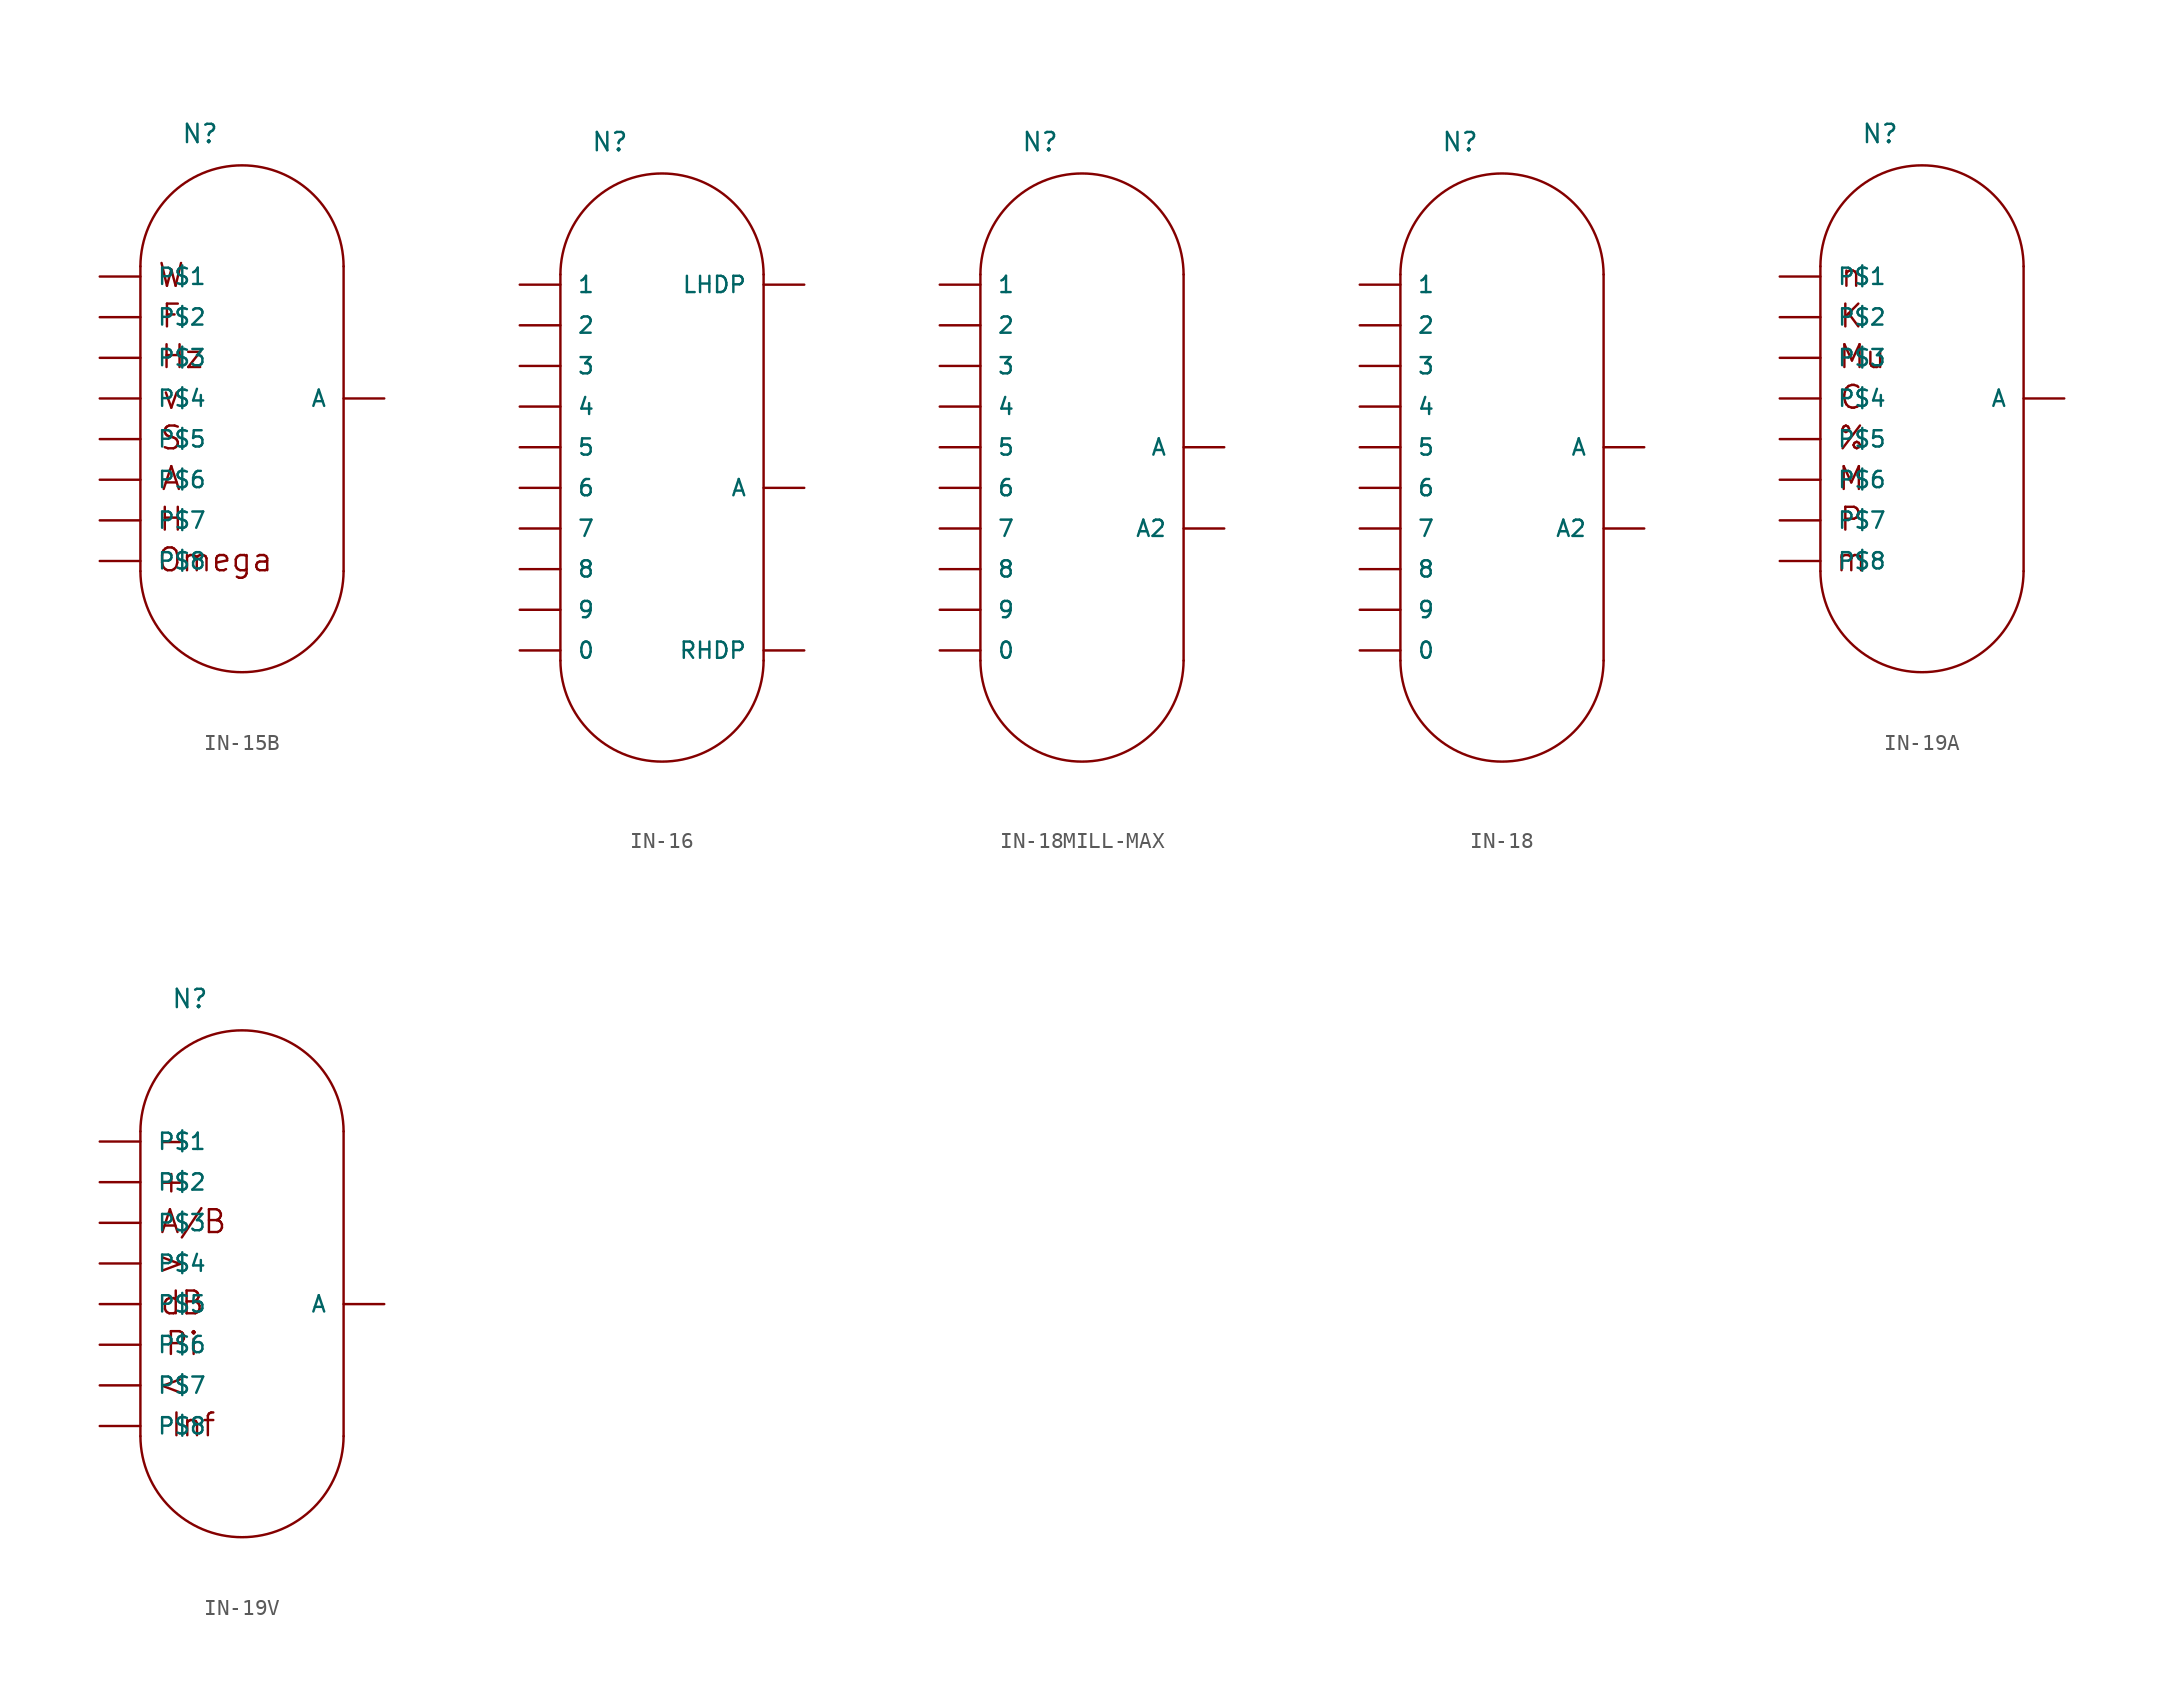
<source format=kicad_sym>
(kicad_symbol_lib
  (version 20220914)
  (generator kicad_symbol_editor)
  (symbol "IN-15B"
    (pin_numbers hide)
    (pin_names
      (offset 1.016))
    (property "Reference" "N"
      (at -2.54 20.955 0)
      (effects (font (size 1.143 1.143)) (justify left bottom)))
    (property "ki_locked" ""
      (at 0 0 0)
      (effects (font (size 1.27 1.27))))
    (symbol "IN-15B_1_0"
      (polyline (pts (xy -5.08 -5.715) (xy -5.08 13.335)) (stroke (width 0) (type solid)) (fill (type none)))
      (polyline (pts (xy 7.62 -5.715) (xy 7.62 13.335)) (stroke (width 0) (type solid)) (fill (type none)))
      (text "A" (at -3.15 0.076 0) (effects (font (size 1.422 1.422))))
      (text "F" (at -3.15 10.236 0) (effects (font (size 1.422 1.422))))
      (text "H" (at -3.15 -2.464 0) (effects (font (size 1.422 1.422))))
      (text "Hz" (at -2.464 7.696 0) (effects (font (size 1.422 1.422))))
      (text "Omega" (at -0.406 -5.004 0) (effects (font (size 1.422 1.422))))
      (text "S" (at -3.15 2.616 0) (effects (font (size 1.422 1.422))))
      (text "v" (at -3.15 5.156 0) (effects (font (size 1.422 1.422))))
      (text "W" (at -3.15 12.776 0) (effects (font (size 1.422 1.422)))))
    (symbol "IN-15B_1_1"
      (arc (start -5.08 -5.715) (mid 1.27 -12.0374) (end 7.62 -5.715) (stroke (width 0) (type solid)) (fill (type none)))
      (arc (start 7.62 13.335) (mid 1.27 19.6574) (end -5.08 13.335) (stroke (width 0) (type solid)) (fill (type none)))
      (pin bidirectional line (at -7.62 12.7 0) (length 2.54) (name "P$1" (effects (font (size 1.016 1.016)))) (number "0" (effects (font (size 1.016 1.016)))))
      (pin bidirectional line (at -7.62 0 0) (length 2.54) (name "P$6" (effects (font (size 1.016 1.016)))) (number "1" (effects (font (size 1.016 1.016)))))
      (pin bidirectional line (at -7.62 -5.08 0) (length 2.54) (name "P$8" (effects (font (size 1.016 1.016)))) (number "2" (effects (font (size 1.016 1.016)))))
      (pin bidirectional line (at -7.62 2.54 0) (length 2.54) (name "P$5" (effects (font (size 1.016 1.016)))) (number "4" (effects (font (size 1.016 1.016)))))
      (pin bidirectional line (at -7.62 5.08 0) (length 2.54) (name "P$4" (effects (font (size 1.016 1.016)))) (number "5" (effects (font (size 1.016 1.016)))))
      (pin bidirectional line (at -7.62 -2.54 0) (length 2.54) (name "P$7" (effects (font (size 1.016 1.016)))) (number "6" (effects (font (size 1.016 1.016)))))
      (pin bidirectional line (at -7.62 7.62 0) (length 2.54) (name "P$3" (effects (font (size 1.016 1.016)))) (number "7" (effects (font (size 1.016 1.016)))))
      (pin bidirectional line (at -7.62 10.16 0) (length 2.54) (name "P$2" (effects (font (size 1.016 1.016)))) (number "9" (effects (font (size 1.016 1.016)))))
      (pin bidirectional line (at 10.16 5.08 180) (length 2.54) (name "A" (effects (font (size 1.016 1.016)))) (number "A" (effects (font (size 1.016 1.016)))))))
  (symbol "IN-16"
    (pin_numbers hide)
    (pin_names
      (offset 1.016))
    (property "Reference" "N"
      (at -3.175 20.955 0)
      (effects (font (size 1.143 1.143)) (justify left bottom)))
    (property "ki_locked" ""
      (at 0 0 0)
      (effects (font (size 1.27 1.27))))
    (symbol "IN-16_1_0"
      (polyline (pts (xy -5.08 -10.795) (xy -5.08 13.335)) (stroke (width 0) (type solid)) (fill (type none)))
      (polyline (pts (xy 7.62 -10.795) (xy 7.62 13.335)) (stroke (width 0) (type solid)) (fill (type none))))
    (symbol "IN-16_1_1"
      (arc (start -5.08 -10.795) (mid 1.27 -17.1174) (end 7.62 -10.795) (stroke (width 0) (type solid)) (fill (type none)))
      (arc (start 7.62 13.335) (mid 1.27 19.6574) (end -5.08 13.335) (stroke (width 0) (type solid)) (fill (type none)))
      (pin bidirectional line (at -7.62 -10.16 0) (length 2.54) (name "0" (effects (font (size 1.016 1.016)))) (number "0" (effects (font (size 1.016 1.016)))))
      (pin bidirectional line (at -7.62 12.7 0) (length 2.54) (name "1" (effects (font (size 1.016 1.016)))) (number "1" (effects (font (size 1.016 1.016)))))
      (pin bidirectional line (at -7.62 10.16 0) (length 2.54) (name "2" (effects (font (size 1.016 1.016)))) (number "2" (effects (font (size 1.016 1.016)))))
      (pin bidirectional line (at -7.62 7.62 0) (length 2.54) (name "3" (effects (font (size 1.016 1.016)))) (number "3" (effects (font (size 1.016 1.016)))))
      (pin bidirectional line (at -7.62 5.08 0) (length 2.54) (name "4" (effects (font (size 1.016 1.016)))) (number "4" (effects (font (size 1.016 1.016)))))
      (pin bidirectional line (at -7.62 2.54 0) (length 2.54) (name "5" (effects (font (size 1.016 1.016)))) (number "5" (effects (font (size 1.016 1.016)))))
      (pin bidirectional line (at -7.62 0 0) (length 2.54) (name "6" (effects (font (size 1.016 1.016)))) (number "6" (effects (font (size 1.016 1.016)))))
      (pin bidirectional line (at -7.62 -2.54 0) (length 2.54) (name "7" (effects (font (size 1.016 1.016)))) (number "7" (effects (font (size 1.016 1.016)))))
      (pin bidirectional line (at -7.62 -5.08 0) (length 2.54) (name "8" (effects (font (size 1.016 1.016)))) (number "8" (effects (font (size 1.016 1.016)))))
      (pin bidirectional line (at -7.62 -7.62 0) (length 2.54) (name "9" (effects (font (size 1.016 1.016)))) (number "9" (effects (font (size 1.016 1.016)))))
      (pin bidirectional line (at 10.16 0 180) (length 2.54) (name "A" (effects (font (size 1.016 1.016)))) (number "A" (effects (font (size 1.016 1.016)))))
      (pin bidirectional line (at 10.16 12.7 180) (length 2.54) (name "LHDP" (effects (font (size 1.016 1.016)))) (number "LHDP" (effects (font (size 1.016 1.016)))))
      (pin bidirectional line (at 10.16 -10.16 180) (length 2.54) (name "RHDP" (effects (font (size 1.016 1.016)))) (number "RHDP" (effects (font (size 1.016 1.016)))))))
  (symbol "IN-18MILL-MAX"
    (pin_numbers hide)
    (pin_names
      (offset 1.016))
    (property "Reference" "N"
      (at -5.08 20.955 0)
      (effects (font (size 1.143 1.143)) (justify left bottom)))
    (property "ki_locked" ""
      (at 0 0 0)
      (effects (font (size 1.27 1.27))))
    (symbol "IN-18MILL-MAX_1_0"
      (polyline (pts (xy -7.62 -10.795) (xy -7.62 13.335)) (stroke (width 0) (type solid)) (fill (type none)))
      (polyline (pts (xy 5.08 -10.795) (xy 5.08 13.335)) (stroke (width 0) (type solid)) (fill (type none))))
    (symbol "IN-18MILL-MAX_1_1"
      (arc (start -7.62 -10.795) (mid -1.27 -17.1174) (end 5.08 -10.795) (stroke (width 0) (type solid)) (fill (type none)))
      (arc (start 5.08 13.335) (mid -1.27 19.6574) (end -7.62 13.335) (stroke (width 0) (type solid)) (fill (type none)))
      (pin bidirectional line (at -10.16 -10.16 0) (length 2.54) (name "0" (effects (font (size 1.016 1.016)))) (number "0" (effects (font (size 1.016 1.016)))))
      (pin bidirectional line (at -10.16 12.7 0) (length 2.54) (name "1" (effects (font (size 1.016 1.016)))) (number "1" (effects (font (size 1.016 1.016)))))
      (pin bidirectional line (at -10.16 10.16 0) (length 2.54) (name "2" (effects (font (size 1.016 1.016)))) (number "2" (effects (font (size 1.016 1.016)))))
      (pin bidirectional line (at -10.16 7.62 0) (length 2.54) (name "3" (effects (font (size 1.016 1.016)))) (number "3" (effects (font (size 1.016 1.016)))))
      (pin bidirectional line (at -10.16 5.08 0) (length 2.54) (name "4" (effects (font (size 1.016 1.016)))) (number "4" (effects (font (size 1.016 1.016)))))
      (pin bidirectional line (at -10.16 2.54 0) (length 2.54) (name "5" (effects (font (size 1.016 1.016)))) (number "5" (effects (font (size 1.016 1.016)))))
      (pin bidirectional line (at -10.16 0 0) (length 2.54) (name "6" (effects (font (size 1.016 1.016)))) (number "6" (effects (font (size 1.016 1.016)))))
      (pin bidirectional line (at -10.16 -2.54 0) (length 2.54) (name "7" (effects (font (size 1.016 1.016)))) (number "7" (effects (font (size 1.016 1.016)))))
      (pin bidirectional line (at -10.16 -5.08 0) (length 2.54) (name "8" (effects (font (size 1.016 1.016)))) (number "8" (effects (font (size 1.016 1.016)))))
      (pin bidirectional line (at -10.16 -7.62 0) (length 2.54) (name "9" (effects (font (size 1.016 1.016)))) (number "9" (effects (font (size 1.016 1.016)))))
      (pin bidirectional line (at 7.62 2.54 180) (length 2.54) (name "A" (effects (font (size 1.016 1.016)))) (number "A" (effects (font (size 1.016 1.016)))))
      (pin bidirectional line (at 7.62 -2.54 180) (length 2.54) (name "A2" (effects (font (size 1.016 1.016)))) (number "A2" (effects (font (size 1.016 1.016)))))))
  (symbol "IN-18"
    (pin_numbers hide)
    (pin_names
      (offset 1.016))
    (property "Reference" "N"
      (at -5.08 20.955 0)
      (effects (font (size 1.143 1.143)) (justify left bottom)))
    (property "ki_locked" ""
      (at 0 0 0)
      (effects (font (size 1.27 1.27))))
    (symbol "IN-18_1_0"
      (polyline (pts (xy -7.62 -10.795) (xy -7.62 13.335)) (stroke (width 0) (type solid)) (fill (type none)))
      (polyline (pts (xy 5.08 -10.795) (xy 5.08 13.335)) (stroke (width 0) (type solid)) (fill (type none))))
    (symbol "IN-18_1_1"
      (arc (start -7.62 -10.795) (mid -1.27 -17.1174) (end 5.08 -10.795) (stroke (width 0) (type solid)) (fill (type none)))
      (arc (start 5.08 13.335) (mid -1.27 19.6574) (end -7.62 13.335) (stroke (width 0) (type solid)) (fill (type none)))
      (pin bidirectional line (at -10.16 -10.16 0) (length 2.54) (name "0" (effects (font (size 1.016 1.016)))) (number "0" (effects (font (size 1.016 1.016)))))
      (pin bidirectional line (at -10.16 12.7 0) (length 2.54) (name "1" (effects (font (size 1.016 1.016)))) (number "1" (effects (font (size 1.016 1.016)))))
      (pin bidirectional line (at -10.16 10.16 0) (length 2.54) (name "2" (effects (font (size 1.016 1.016)))) (number "2" (effects (font (size 1.016 1.016)))))
      (pin bidirectional line (at -10.16 7.62 0) (length 2.54) (name "3" (effects (font (size 1.016 1.016)))) (number "3" (effects (font (size 1.016 1.016)))))
      (pin bidirectional line (at -10.16 5.08 0) (length 2.54) (name "4" (effects (font (size 1.016 1.016)))) (number "4" (effects (font (size 1.016 1.016)))))
      (pin bidirectional line (at -10.16 2.54 0) (length 2.54) (name "5" (effects (font (size 1.016 1.016)))) (number "5" (effects (font (size 1.016 1.016)))))
      (pin bidirectional line (at -10.16 0 0) (length 2.54) (name "6" (effects (font (size 1.016 1.016)))) (number "6" (effects (font (size 1.016 1.016)))))
      (pin bidirectional line (at -10.16 -2.54 0) (length 2.54) (name "7" (effects (font (size 1.016 1.016)))) (number "7" (effects (font (size 1.016 1.016)))))
      (pin bidirectional line (at -10.16 -5.08 0) (length 2.54) (name "8" (effects (font (size 1.016 1.016)))) (number "8" (effects (font (size 1.016 1.016)))))
      (pin bidirectional line (at -10.16 -7.62 0) (length 2.54) (name "9" (effects (font (size 1.016 1.016)))) (number "9" (effects (font (size 1.016 1.016)))))
      (pin bidirectional line (at 7.62 2.54 180) (length 2.54) (name "A" (effects (font (size 1.016 1.016)))) (number "A" (effects (font (size 1.016 1.016)))))
      (pin bidirectional line (at 7.62 -2.54 180) (length 2.54) (name "A2" (effects (font (size 1.016 1.016)))) (number "A2" (effects (font (size 1.016 1.016)))))))
  (symbol "IN-19A"
    (pin_numbers hide)
    (pin_names
      (offset 1.016))
    (property "Reference" "N"
      (at -2.54 20.955 0)
      (effects (font (size 1.143 1.143)) (justify left bottom)))
    (property "ki_locked" ""
      (at 0 0 0)
      (effects (font (size 1.27 1.27))))
    (symbol "IN-19A_1_0"
      (polyline (pts (xy -5.08 -5.715) (xy -5.08 13.335)) (stroke (width 0) (type solid)) (fill (type none)))
      (polyline (pts (xy 7.62 -5.715) (xy 7.62 13.335)) (stroke (width 0) (type solid)) (fill (type none)))
      (text "%" (at -3.15 2.616 0) (effects (font (size 1.422 1.422))))
      (text "C" (at -3.15 5.156 0) (effects (font (size 1.422 1.422))))
      (text "K" (at -3.15 10.236 0) (effects (font (size 1.422 1.422))))
      (text "m" (at -3.15 -5.004 0) (effects (font (size 1.422 1.422))))
      (text "M" (at -3.15 0.076 0) (effects (font (size 1.422 1.422))))
      (text "Mu" (at -2.464 7.696 0) (effects (font (size 1.422 1.422))))
      (text "n" (at -3.15 12.776 0) (effects (font (size 1.422 1.422))))
      (text "P" (at -3.15 -2.464 0) (effects (font (size 1.422 1.422)))))
    (symbol "IN-19A_1_1"
      (arc (start -5.08 -5.715) (mid 1.27 -12.0374) (end 7.62 -5.715) (stroke (width 0) (type solid)) (fill (type none)))
      (arc (start 7.62 13.335) (mid 1.27 19.6574) (end -5.08 13.335) (stroke (width 0) (type solid)) (fill (type none)))
      (pin bidirectional line (at -7.62 10.16 0) (length 2.54) (name "P$2" (effects (font (size 1.016 1.016)))) (number "10" (effects (font (size 1.016 1.016)))))
      (pin bidirectional line (at -7.62 12.7 0) (length 2.54) (name "P$1" (effects (font (size 1.016 1.016)))) (number "11" (effects (font (size 1.016 1.016)))))
      (pin bidirectional line (at -7.62 7.62 0) (length 2.54) (name "P$3" (effects (font (size 1.016 1.016)))) (number "12" (effects (font (size 1.016 1.016)))))
      (pin bidirectional line (at -7.62 5.08 0) (length 2.54) (name "P$4" (effects (font (size 1.016 1.016)))) (number "14" (effects (font (size 1.016 1.016)))))
      (pin bidirectional line (at -7.62 2.54 0) (length 2.54) (name "P$5" (effects (font (size 1.016 1.016)))) (number "2" (effects (font (size 1.016 1.016)))))
      (pin bidirectional line (at -7.62 0 0) (length 2.54) (name "P$6" (effects (font (size 1.016 1.016)))) (number "4" (effects (font (size 1.016 1.016)))))
      (pin bidirectional line (at -7.62 -2.54 0) (length 2.54) (name "P$7" (effects (font (size 1.016 1.016)))) (number "5" (effects (font (size 1.016 1.016)))))
      (pin bidirectional line (at -7.62 -5.08 0) (length 2.54) (name "P$8" (effects (font (size 1.016 1.016)))) (number "6" (effects (font (size 1.016 1.016)))))
      (pin bidirectional line (at 10.16 5.08 180) (length 2.54) (name "A" (effects (font (size 1.016 1.016)))) (number "8" (effects (font (size 1.016 1.016)))))))
  (symbol "IN-19V"
    (pin_numbers hide)
    (pin_names
      (offset 1.016))
    (property "Reference" "N"
      (at -3.175 20.955 0)
      (effects (font (size 1.143 1.143)) (justify left bottom)))
    (property "ki_locked" ""
      (at 0 0 0)
      (effects (font (size 1.27 1.27))))
    (symbol "IN-19V_1_0"
      (polyline (pts (xy -5.08 -5.715) (xy -5.08 13.335)) (stroke (width 0) (type solid)) (fill (type none)))
      (polyline (pts (xy 7.62 -5.715) (xy 7.62 13.335)) (stroke (width 0) (type solid)) (fill (type none)))
      (text "+" (at -3.15 10.236 0) (effects (font (size 1.422 1.422))))
      (text "-" (at -3.15 12.776 0) (effects (font (size 1.422 1.422))))
      (text "<" (at -3.15 -2.464 0) (effects (font (size 1.422 1.422))))
      (text ">" (at -3.15 5.156 0) (effects (font (size 1.422 1.422))))
      (text "A/B" (at -1.778 7.696 0) (effects (font (size 1.422 1.422))))
      (text "dB" (at -2.464 2.616 0) (effects (font (size 1.422 1.422))))
      (text "Inf" (at -1.778 -5.004 0) (effects (font (size 1.422 1.422))))
      (text "Pi" (at -2.464 0.076 0) (effects (font (size 1.422 1.422)))))
    (symbol "IN-19V_1_1"
      (arc (start -5.08 -5.715) (mid 1.27 -12.0374) (end 7.62 -5.715) (stroke (width 0) (type solid)) (fill (type none)))
      (arc (start 7.62 13.335) (mid 1.27 19.6574) (end -5.08 13.335) (stroke (width 0) (type solid)) (fill (type none)))
      (pin bidirectional line (at -7.62 12.7 0) (length 2.54) (name "P$1" (effects (font (size 1.016 1.016)))) (number "10" (effects (font (size 1.016 1.016)))))
      (pin bidirectional line (at -7.62 5.08 0) (length 2.54) (name "P$4" (effects (font (size 1.016 1.016)))) (number "11" (effects (font (size 1.016 1.016)))))
      (pin bidirectional line (at -7.62 10.16 0) (length 2.54) (name "P$2" (effects (font (size 1.016 1.016)))) (number "12" (effects (font (size 1.016 1.016)))))
      (pin bidirectional line (at -7.62 2.54 0) (length 2.54) (name "P$5" (effects (font (size 1.016 1.016)))) (number "14" (effects (font (size 1.016 1.016)))))
      (pin bidirectional line (at -7.62 0 0) (length 2.54) (name "P$6" (effects (font (size 1.016 1.016)))) (number "2" (effects (font (size 1.016 1.016)))))
      (pin bidirectional line (at -7.62 7.62 0) (length 2.54) (name "P$3" (effects (font (size 1.016 1.016)))) (number "4" (effects (font (size 1.016 1.016)))))
      (pin bidirectional line (at -7.62 -5.08 0) (length 2.54) (name "P$8" (effects (font (size 1.016 1.016)))) (number "5" (effects (font (size 1.016 1.016)))))
      (pin bidirectional line (at -7.62 -2.54 0) (length 2.54) (name "P$7" (effects (font (size 1.016 1.016)))) (number "6" (effects (font (size 1.016 1.016)))))
      (pin bidirectional line (at 10.16 2.54 180) (length 2.54) (name "A" (effects (font (size 1.016 1.016)))) (number "8" (effects (font (size 1.016 1.016))))))))
</source>
